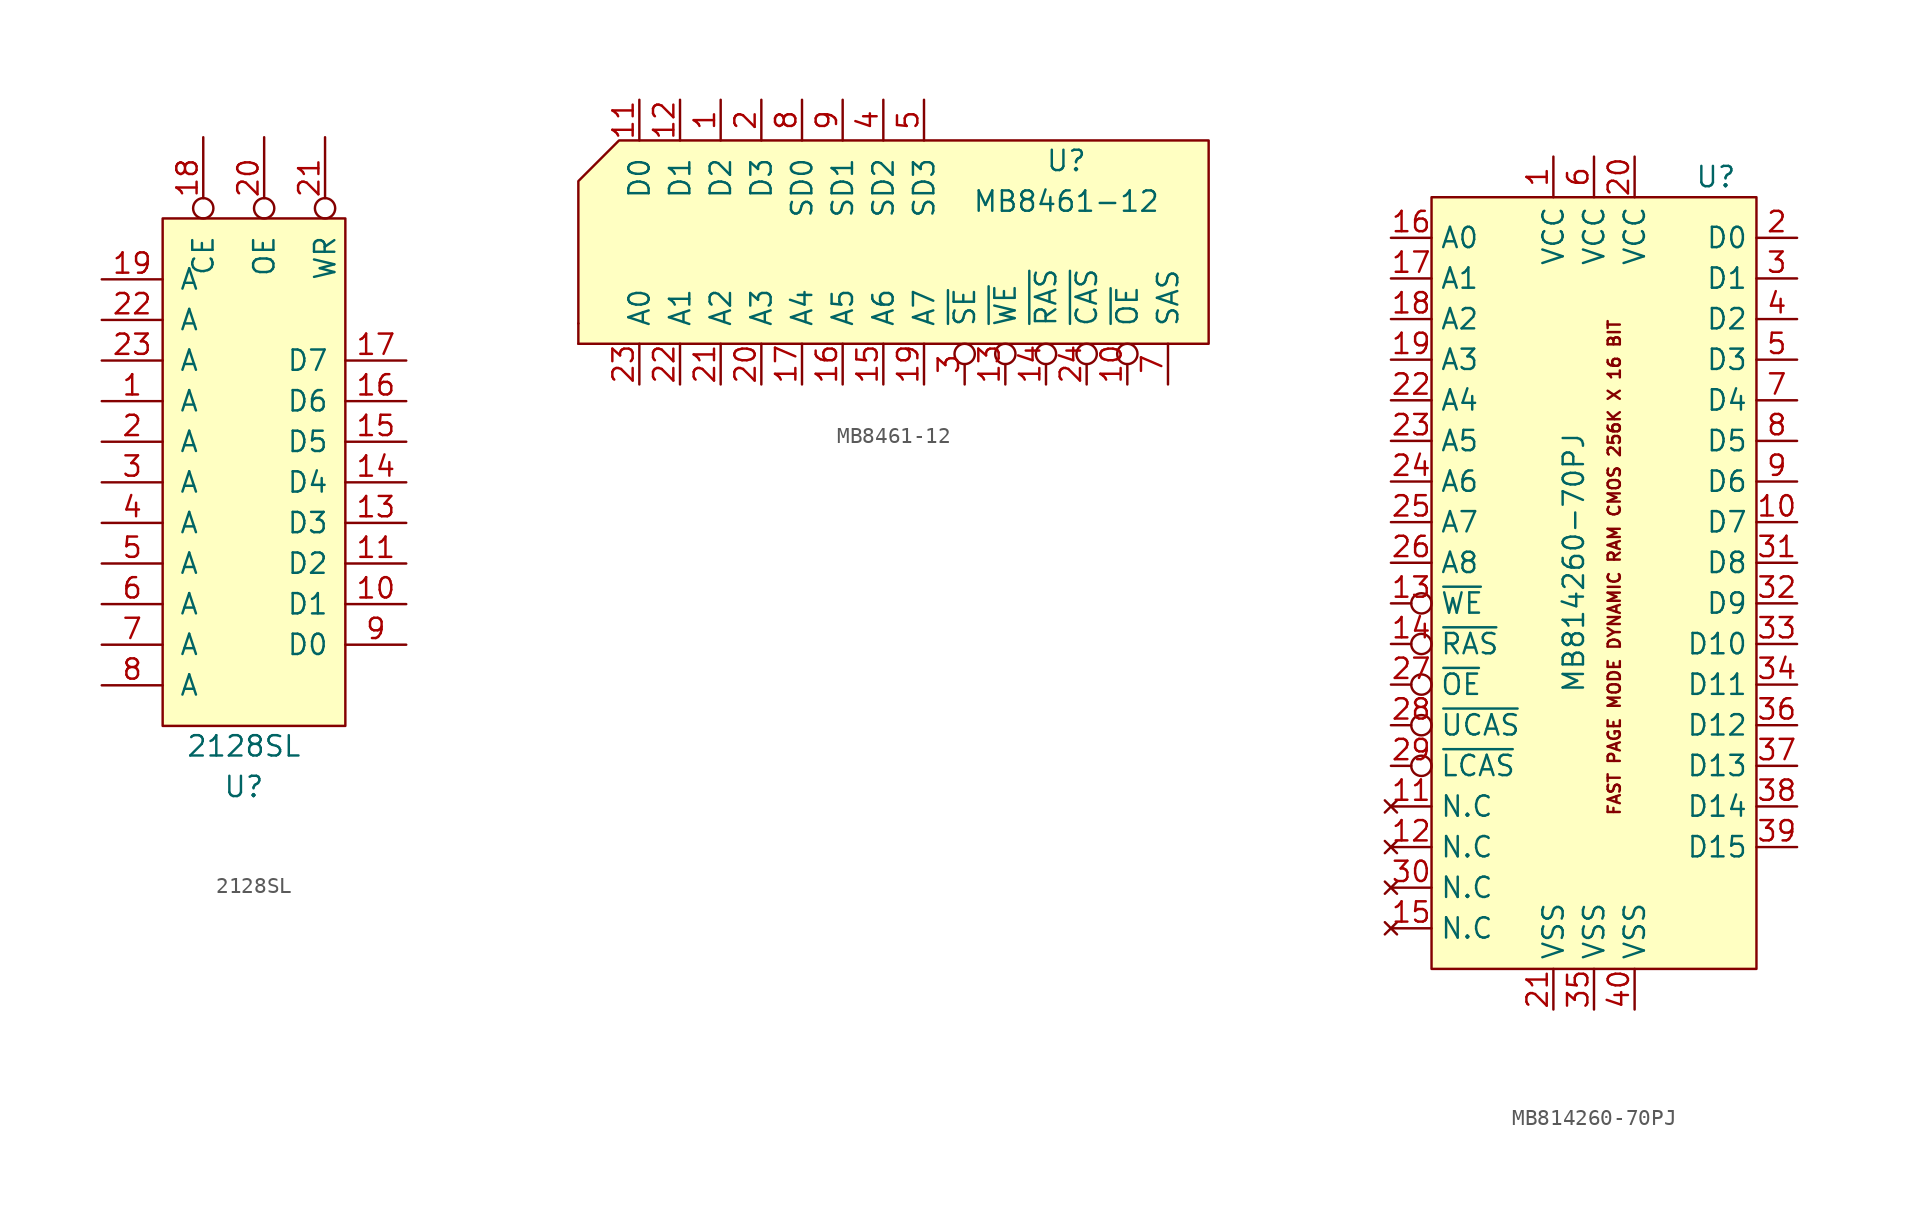
<source format=kicad_sym>
(kicad_symbol_lib
  (version 20211014)
  (generator kicad_symbol_editor)
  (symbol "2128SL"
    (pin_names
      (offset 1.016))
    (property "Reference" "U"
      (at 5.08 -36.83 0)
      (effects (font (size 1.27 1.27))))
    (property "Value" "2128SL"
      (at 5.08 -34.29 0)
      (effects (font (size 1.27 1.27))))
    (symbol "2128SL_0_0"
      (rectangle (start 0 -1.27) (end 11.43 -33.02) (stroke (width 0) (type default) (color 0 0 0 0)) (fill (type background))))
    (symbol "2128SL_1_1"
      (pin input line (at -3.81 -12.7 0) (length 3.81) (name "A" (effects (font (size 1.27 1.27)))) (number "1" (effects (font (size 1.27 1.27)))))
      (pin input line (at 15.24 -25.4 180) (length 3.81) (name "D1" (effects (font (size 1.27 1.27)))) (number "10" (effects (font (size 1.27 1.27)))))
      (pin input line (at 15.24 -22.86 180) (length 3.81) (name "D2" (effects (font (size 1.27 1.27)))) (number "11" (effects (font (size 1.27 1.27)))))
      (pin input line (at 15.24 -20.32 180) (length 3.81) (name "D3" (effects (font (size 1.27 1.27)))) (number "13" (effects (font (size 1.27 1.27)))))
      (pin input line (at 15.24 -17.78 180) (length 3.81) (name "D4" (effects (font (size 1.27 1.27)))) (number "14" (effects (font (size 1.27 1.27)))))
      (pin input line (at 15.24 -15.24 180) (length 3.81) (name "D5" (effects (font (size 1.27 1.27)))) (number "15" (effects (font (size 1.27 1.27)))))
      (pin input line (at 15.24 -12.7 180) (length 3.81) (name "D6" (effects (font (size 1.27 1.27)))) (number "16" (effects (font (size 1.27 1.27)))))
      (pin input line (at 15.24 -10.16 180) (length 3.81) (name "D7" (effects (font (size 1.27 1.27)))) (number "17" (effects (font (size 1.27 1.27)))))
      (pin input inverted (at 2.54 3.81 270) (length 5.08) (name "CE" (effects (font (size 1.27 1.27)))) (number "18" (effects (font (size 1.27 1.27)))))
      (pin input line (at -3.81 -5.08 0) (length 3.81) (name "A" (effects (font (size 1.27 1.27)))) (number "19" (effects (font (size 1.27 1.27)))))
      (pin input line (at -3.81 -15.24 0) (length 3.81) (name "A" (effects (font (size 1.27 1.27)))) (number "2" (effects (font (size 1.27 1.27)))))
      (pin input inverted (at 6.35 3.81 270) (length 5.08) (name "OE" (effects (font (size 1.27 1.27)))) (number "20" (effects (font (size 1.27 1.27)))))
      (pin input inverted (at 10.16 3.81 270) (length 5.08) (name "WR" (effects (font (size 1.27 1.27)))) (number "21" (effects (font (size 1.27 1.27)))))
      (pin input line (at -3.81 -7.62 0) (length 3.81) (name "A" (effects (font (size 1.27 1.27)))) (number "22" (effects (font (size 1.27 1.27)))))
      (pin input line (at -3.81 -10.16 0) (length 3.81) (name "A" (effects (font (size 1.27 1.27)))) (number "23" (effects (font (size 1.27 1.27)))))
      (pin input line (at -3.81 -17.78 0) (length 3.81) (name "A" (effects (font (size 1.27 1.27)))) (number "3" (effects (font (size 1.27 1.27)))))
      (pin input line (at -3.81 -20.32 0) (length 3.81) (name "A" (effects (font (size 1.27 1.27)))) (number "4" (effects (font (size 1.27 1.27)))))
      (pin input line (at -3.81 -22.86 0) (length 3.81) (name "A" (effects (font (size 1.27 1.27)))) (number "5" (effects (font (size 1.27 1.27)))))
      (pin input line (at -3.81 -25.4 0) (length 3.81) (name "A" (effects (font (size 1.27 1.27)))) (number "6" (effects (font (size 1.27 1.27)))))
      (pin input line (at -3.81 -27.94 0) (length 3.81) (name "A" (effects (font (size 1.27 1.27)))) (number "7" (effects (font (size 1.27 1.27)))))
      (pin input line (at -3.81 -30.48 0) (length 3.81) (name "A" (effects (font (size 1.27 1.27)))) (number "8" (effects (font (size 1.27 1.27)))))
      (pin input line (at 15.24 -27.94 180) (length 3.81) (name "D0" (effects (font (size 1.27 1.27)))) (number "9" (effects (font (size 1.27 1.27)))))))
  (symbol "MB8461-12"
    (pin_names
      (offset 1.016))
    (property "Reference" "U"
      (at 11.43 5.08 0)
      (effects (font (size 1.27 1.27))))
    (property "Value" "MB8461-12"
      (at 11.43 2.54 0)
      (effects (font (size 1.27 1.27))))
    (symbol "MB8461-12_0_1"
      (polyline (pts (xy -19.05 -6.35) (xy -19.05 -5.08)) (stroke (width 0) (type default) (color 0 0 0 0)) (fill (type none)))
      (polyline (pts (xy -19.05 -6.35) (xy 20.32 -6.35) (xy 20.32 6.35) (xy -16.51 6.35) (xy -19.05 3.81) (xy -19.05 -5.08)) (stroke (width 0) (type default) (color 0 0 0 0)) (fill (type background))))
    (symbol "MB8461-12_1_1"
      (pin bidirectional line (at -10.16 8.89 270) (length 2.54) (name "D2" (effects (font (size 1.27 1.27)))) (number "1" (effects (font (size 1.27 1.27)))))
      (pin input inverted (at 15.24 -8.89 90) (length 2.54) (name "~{OE}" (effects (font (size 1.27 1.27)))) (number "10" (effects (font (size 1.27 1.27)))))
      (pin bidirectional line (at -15.24 8.89 270) (length 2.54) (name "D0" (effects (font (size 1.27 1.27)))) (number "11" (effects (font (size 1.27 1.27)))))
      (pin bidirectional line (at -12.7 8.89 270) (length 2.54) (name "D1" (effects (font (size 1.27 1.27)))) (number "12" (effects (font (size 1.27 1.27)))))
      (pin input inverted (at 7.62 -8.89 90) (length 2.54) (name "~{WE}" (effects (font (size 1.27 1.27)))) (number "13" (effects (font (size 1.27 1.27)))))
      (pin input inverted (at 10.16 -8.89 90) (length 2.54) (name "~{RAS}" (effects (font (size 1.27 1.27)))) (number "14" (effects (font (size 1.27 1.27)))))
      (pin input line (at 0 -8.89 90) (length 2.54) (name "A6" (effects (font (size 1.27 1.27)))) (number "15" (effects (font (size 1.27 1.27)))))
      (pin input line (at -2.54 -8.89 90) (length 2.54) (name "A5" (effects (font (size 1.27 1.27)))) (number "16" (effects (font (size 1.27 1.27)))))
      (pin input line (at -5.08 -8.89 90) (length 2.54) (name "A4" (effects (font (size 1.27 1.27)))) (number "17" (effects (font (size 1.27 1.27)))))
      (pin power_in line (at -19.05 0 0) (length 2.54) hide (name "VCC" (effects (font (size 1.27 1.27)))) (number "18" (effects (font (size 1.27 1.27)))))
      (pin input line (at 2.54 -8.89 90) (length 2.54) (name "A7" (effects (font (size 1.27 1.27)))) (number "19" (effects (font (size 1.27 1.27)))))
      (pin bidirectional line (at -7.62 8.89 270) (length 2.54) (name "D3" (effects (font (size 1.27 1.27)))) (number "2" (effects (font (size 1.27 1.27)))))
      (pin input line (at -7.62 -8.89 90) (length 2.54) (name "A3" (effects (font (size 1.27 1.27)))) (number "20" (effects (font (size 1.27 1.27)))))
      (pin input line (at -10.16 -8.89 90) (length 2.54) (name "A2" (effects (font (size 1.27 1.27)))) (number "21" (effects (font (size 1.27 1.27)))))
      (pin input line (at -12.7 -8.89 90) (length 2.54) (name "A1" (effects (font (size 1.27 1.27)))) (number "22" (effects (font (size 1.27 1.27)))))
      (pin input line (at -15.24 -8.89 90) (length 2.54) (name "A0" (effects (font (size 1.27 1.27)))) (number "23" (effects (font (size 1.27 1.27)))))
      (pin input inverted (at 12.7 -8.89 90) (length 2.54) (name "~{CAS}" (effects (font (size 1.27 1.27)))) (number "24" (effects (font (size 1.27 1.27)))))
      (pin input inverted (at 5.08 -8.89 90) (length 2.54) (name "~{SE}" (effects (font (size 1.27 1.27)))) (number "3" (effects (font (size 1.27 1.27)))))
      (pin bidirectional line (at 0 8.89 270) (length 2.54) (name "SD2" (effects (font (size 1.27 1.27)))) (number "4" (effects (font (size 1.27 1.27)))))
      (pin bidirectional line (at 2.54 8.89 270) (length 2.54) (name "SD3" (effects (font (size 1.27 1.27)))) (number "5" (effects (font (size 1.27 1.27)))))
      (pin power_in line (at 20.32 0 180) (length 2.54) hide (name "VSS" (effects (font (size 1.27 1.27)))) (number "6" (effects (font (size 1.27 1.27)))))
      (pin input line (at 17.78 -8.89 90) (length 2.54) (name "SAS" (effects (font (size 1.27 1.27)))) (number "7" (effects (font (size 1.27 1.27)))))
      (pin bidirectional line (at -5.08 8.89 270) (length 2.54) (name "SD0" (effects (font (size 1.27 1.27)))) (number "8" (effects (font (size 1.27 1.27)))))
      (pin bidirectional line (at -2.54 8.89 270) (length 2.54) (name "SD1" (effects (font (size 1.27 1.27)))) (number "9" (effects (font (size 1.27 1.27)))))))
  (symbol "MB814260-70PJ"
    (property "Reference" "U"
      (at 7.62 24.13 0)
      (effects (font (size 1.27 1.27))))
    (property "Value" "MB814260-70PJ"
      (at -1.27 0 90)
      (effects (font (size 1.27 1.27))))
    (symbol "MB814260-70PJ_0_0"
      (text "FAST PAGE MODE DYNAMIC RAM CMOS 256K X 16 BIT " (at 1.27 0 900) (effects (font (size 0.762 0.762)))))
    (symbol "MB814260-70PJ_0_1"
      (rectangle (start -10.16 22.86) (end 10.16 -25.4) (stroke (width 0.152) (type default) (color 0 0 0 0)) (fill (type background))))
    (symbol "MB814260-70PJ_1_1"
      (pin power_in line (at -2.54 25.4 270) (length 2.54) (name "VCC" (effects (font (size 1.27 1.27)))) (number "1" (effects (font (size 1.27 1.27)))))
      (pin bidirectional line (at 12.7 2.54 180) (length 2.54) (name "D7" (effects (font (size 1.27 1.27)))) (number "10" (effects (font (size 1.27 1.27)))))
      (pin no_connect line (at -12.7 -15.24 0) (length 2.54) (name "N.C" (effects (font (size 1.27 1.27)))) (number "11" (effects (font (size 1.27 1.27)))))
      (pin no_connect line (at -12.7 -17.78 0) (length 2.54) (name "N.C" (effects (font (size 1.27 1.27)))) (number "12" (effects (font (size 1.27 1.27)))))
      (pin input inverted (at -12.7 -2.54 0) (length 2.54) (name "~{WE}" (effects (font (size 1.27 1.27)))) (number "13" (effects (font (size 1.27 1.27)))))
      (pin input inverted (at -12.7 -5.08 0) (length 2.54) (name "~{RAS}" (effects (font (size 1.27 1.27)))) (number "14" (effects (font (size 1.27 1.27)))))
      (pin no_connect line (at -12.7 -22.86 0) (length 2.54) (name "N.C" (effects (font (size 1.27 1.27)))) (number "15" (effects (font (size 1.27 1.27)))))
      (pin input line (at -12.7 20.32 0) (length 2.54) (name "A0" (effects (font (size 1.27 1.27)))) (number "16" (effects (font (size 1.27 1.27)))))
      (pin input line (at -12.7 17.78 0) (length 2.54) (name "A1" (effects (font (size 1.27 1.27)))) (number "17" (effects (font (size 1.27 1.27)))))
      (pin input line (at -12.7 15.24 0) (length 2.54) (name "A2" (effects (font (size 1.27 1.27)))) (number "18" (effects (font (size 1.27 1.27)))))
      (pin input line (at -12.7 12.7 0) (length 2.54) (name "A3" (effects (font (size 1.27 1.27)))) (number "19" (effects (font (size 1.27 1.27)))))
      (pin bidirectional line (at 12.7 20.32 180) (length 2.54) (name "D0" (effects (font (size 1.27 1.27)))) (number "2" (effects (font (size 1.27 1.27)))))
      (pin power_in line (at 2.54 25.4 270) (length 2.54) (name "VCC" (effects (font (size 1.27 1.27)))) (number "20" (effects (font (size 1.27 1.27)))))
      (pin power_in line (at -2.54 -27.94 90) (length 2.54) (name "VSS" (effects (font (size 1.27 1.27)))) (number "21" (effects (font (size 1.27 1.27)))))
      (pin input line (at -12.7 10.16 0) (length 2.54) (name "A4" (effects (font (size 1.27 1.27)))) (number "22" (effects (font (size 1.27 1.27)))))
      (pin input line (at -12.7 7.62 0) (length 2.54) (name "A5" (effects (font (size 1.27 1.27)))) (number "23" (effects (font (size 1.27 1.27)))))
      (pin input line (at -12.7 5.08 0) (length 2.54) (name "A6" (effects (font (size 1.27 1.27)))) (number "24" (effects (font (size 1.27 1.27)))))
      (pin input line (at -12.7 2.54 0) (length 2.54) (name "A7" (effects (font (size 1.27 1.27)))) (number "25" (effects (font (size 1.27 1.27)))))
      (pin input line (at -12.7 0 0) (length 2.54) (name "A8" (effects (font (size 1.27 1.27)))) (number "26" (effects (font (size 1.27 1.27)))))
      (pin input inverted (at -12.7 -7.62 0) (length 2.54) (name "~{OE}" (effects (font (size 1.27 1.27)))) (number "27" (effects (font (size 1.27 1.27)))))
      (pin input inverted (at -12.7 -10.16 0) (length 2.54) (name "~{UCAS}" (effects (font (size 1.27 1.27)))) (number "28" (effects (font (size 1.27 1.27)))))
      (pin input inverted (at -12.7 -12.7 0) (length 2.54) (name "~{LCAS}" (effects (font (size 1.27 1.27)))) (number "29" (effects (font (size 1.27 1.27)))))
      (pin bidirectional line (at 12.7 17.78 180) (length 2.54) (name "D1" (effects (font (size 1.27 1.27)))) (number "3" (effects (font (size 1.27 1.27)))))
      (pin no_connect line (at -12.7 -20.32 0) (length 2.54) (name "N.C" (effects (font (size 1.27 1.27)))) (number "30" (effects (font (size 1.27 1.27)))))
      (pin bidirectional line (at 12.7 0 180) (length 2.54) (name "D8" (effects (font (size 1.27 1.27)))) (number "31" (effects (font (size 1.27 1.27)))))
      (pin bidirectional line (at 12.7 -2.54 180) (length 2.54) (name "D9" (effects (font (size 1.27 1.27)))) (number "32" (effects (font (size 1.27 1.27)))))
      (pin bidirectional line (at 12.7 -5.08 180) (length 2.54) (name "D10" (effects (font (size 1.27 1.27)))) (number "33" (effects (font (size 1.27 1.27)))))
      (pin bidirectional line (at 12.7 -7.62 180) (length 2.54) (name "D11" (effects (font (size 1.27 1.27)))) (number "34" (effects (font (size 1.27 1.27)))))
      (pin power_in line (at 0 -27.94 90) (length 2.54) (name "VSS" (effects (font (size 1.27 1.27)))) (number "35" (effects (font (size 1.27 1.27)))))
      (pin bidirectional line (at 12.7 -10.16 180) (length 2.54) (name "D12" (effects (font (size 1.27 1.27)))) (number "36" (effects (font (size 1.27 1.27)))))
      (pin bidirectional line (at 12.7 -12.7 180) (length 2.54) (name "D13" (effects (font (size 1.27 1.27)))) (number "37" (effects (font (size 1.27 1.27)))))
      (pin bidirectional line (at 12.7 -15.24 180) (length 2.54) (name "D14" (effects (font (size 1.27 1.27)))) (number "38" (effects (font (size 1.27 1.27)))))
      (pin bidirectional line (at 12.7 -17.78 180) (length 2.54) (name "D15" (effects (font (size 1.27 1.27)))) (number "39" (effects (font (size 1.27 1.27)))))
      (pin bidirectional line (at 12.7 15.24 180) (length 2.54) (name "D2" (effects (font (size 1.27 1.27)))) (number "4" (effects (font (size 1.27 1.27)))))
      (pin power_in line (at 2.54 -27.94 90) (length 2.54) (name "VSS" (effects (font (size 1.27 1.27)))) (number "40" (effects (font (size 1.27 1.27)))))
      (pin bidirectional line (at 12.7 12.7 180) (length 2.54) (name "D3" (effects (font (size 1.27 1.27)))) (number "5" (effects (font (size 1.27 1.27)))))
      (pin power_in line (at 0 25.4 270) (length 2.54) (name "VCC" (effects (font (size 1.27 1.27)))) (number "6" (effects (font (size 1.27 1.27)))))
      (pin bidirectional line (at 12.7 10.16 180) (length 2.54) (name "D4" (effects (font (size 1.27 1.27)))) (number "7" (effects (font (size 1.27 1.27)))))
      (pin bidirectional line (at 12.7 7.62 180) (length 2.54) (name "D5" (effects (font (size 1.27 1.27)))) (number "8" (effects (font (size 1.27 1.27)))))
      (pin bidirectional line (at 12.7 5.08 180) (length 2.54) (name "D6" (effects (font (size 1.27 1.27)))) (number "9" (effects (font (size 1.27 1.27))))))))
</source>
